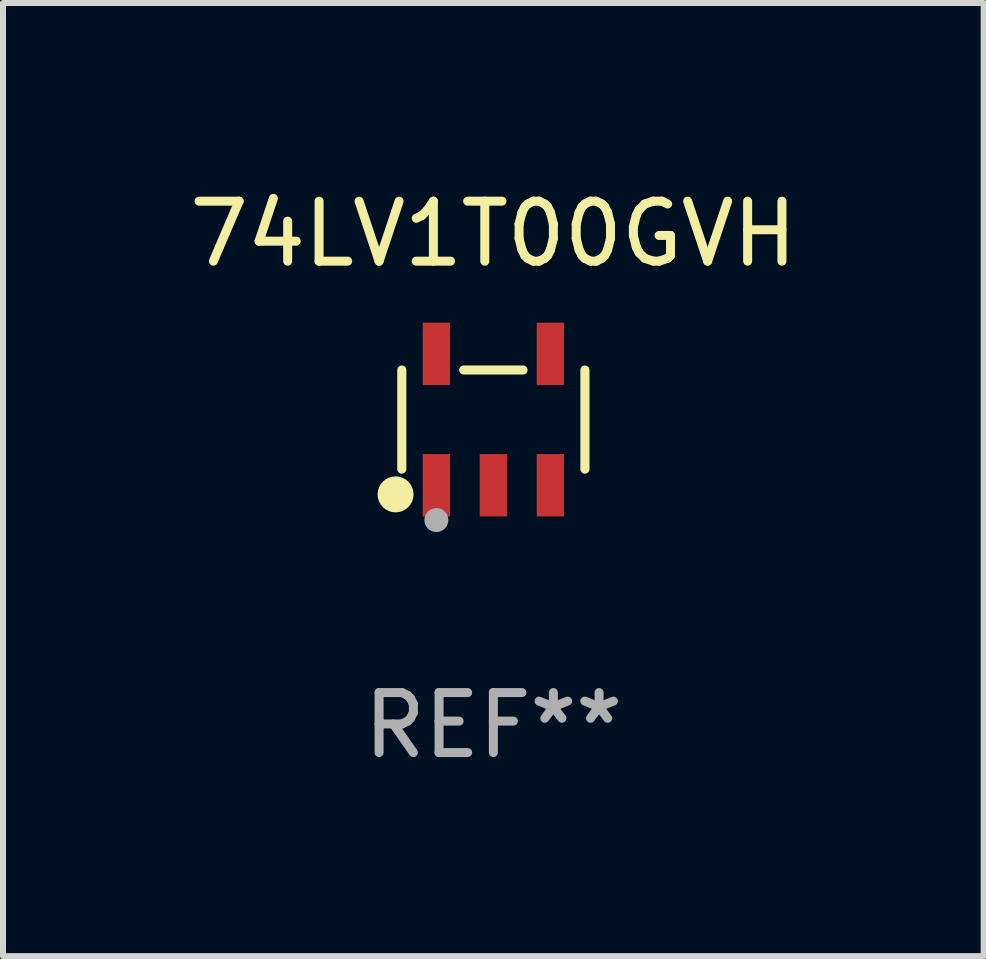
<source format=kicad_pcb>
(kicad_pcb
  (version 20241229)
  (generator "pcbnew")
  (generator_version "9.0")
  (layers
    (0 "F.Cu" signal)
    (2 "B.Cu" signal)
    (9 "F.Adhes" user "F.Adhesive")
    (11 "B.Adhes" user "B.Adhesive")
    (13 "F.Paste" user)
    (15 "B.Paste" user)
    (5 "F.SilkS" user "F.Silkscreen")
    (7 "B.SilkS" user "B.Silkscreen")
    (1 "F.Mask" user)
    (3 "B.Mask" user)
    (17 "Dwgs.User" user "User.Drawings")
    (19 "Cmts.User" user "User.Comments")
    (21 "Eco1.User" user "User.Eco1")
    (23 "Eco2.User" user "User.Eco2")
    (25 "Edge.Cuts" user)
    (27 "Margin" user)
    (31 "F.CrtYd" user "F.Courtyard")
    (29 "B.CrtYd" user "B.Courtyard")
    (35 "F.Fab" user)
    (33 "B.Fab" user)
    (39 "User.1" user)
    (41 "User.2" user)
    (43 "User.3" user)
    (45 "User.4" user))
  (footprint "74LV1T00GVH"
    (layer "F.Cu")
    (at 5.173 3.943)
    (property "Reference" "74LV1T00GVH" (at 0 -3.095 0) (layer "F.SilkS") (effects (font (size 1 1) (thickness 0.15))))
    (attr through_hole)
    (fp_line (start -1.526 0.826) (end -1.526 -0.826) (stroke (width 0.152) (type solid)) (layer "F.SilkS"))
    (fp_line (start 0.494 -0.826) (end -0.494 -0.826) (stroke (width 0.152) (type solid)) (layer "F.SilkS"))
    (fp_line (start 1.526 0.826) (end 1.526 -0.826) (stroke (width 0.152) (type solid)) (layer "F.SilkS"))
    (fp_circle (center -1.63 1.247) (end -1.48 1.247) (stroke (width 0.3) (type solid)) (fill no) (layer "F.SilkS"))
    (fp_circle (center -1.45 1.375) (end -1.42 1.375) (stroke (width 0.06) (type solid)) (fill no) (layer "F.SilkS"))
    (fp_circle (center -0.95 1.675) (end -0.85 1.675) (stroke (width 0.2) (type solid)) (fill no) (layer "F.Fab"))
    (fp_text user "REF**" (at 0 5.095 0) (layer "F.Fab") (effects (font (size 1 1) (thickness 0.15))))
    (pad "1" smd rect (at -0.95 1.095) (size 0.455 1.04) (layers "F.Cu" "F.Mask" "F.Paste"))
    (pad "2" smd rect (at 0 1.095) (size 0.455 1.04) (layers "F.Cu" "F.Mask" "F.Paste"))
    (pad "3" smd rect (at 0.95 1.095) (size 0.455 1.04) (layers "F.Cu" "F.Mask" "F.Paste"))
    (pad "4" smd rect (at 0.95 -1.095) (size 0.455 1.04) (layers "F.Cu" "F.Mask" "F.Paste"))
    (pad "5" smd rect (at -0.95 -1.095) (size 0.455 1.04) (layers "F.Cu" "F.Mask" "F.Paste")))
  (gr_rect
    (start -3 -3)
    (end 13.345 12.886)
    (stroke (width 0.1) (type default))
    (fill no)
    (layer "Edge.Cuts")))
</source>
